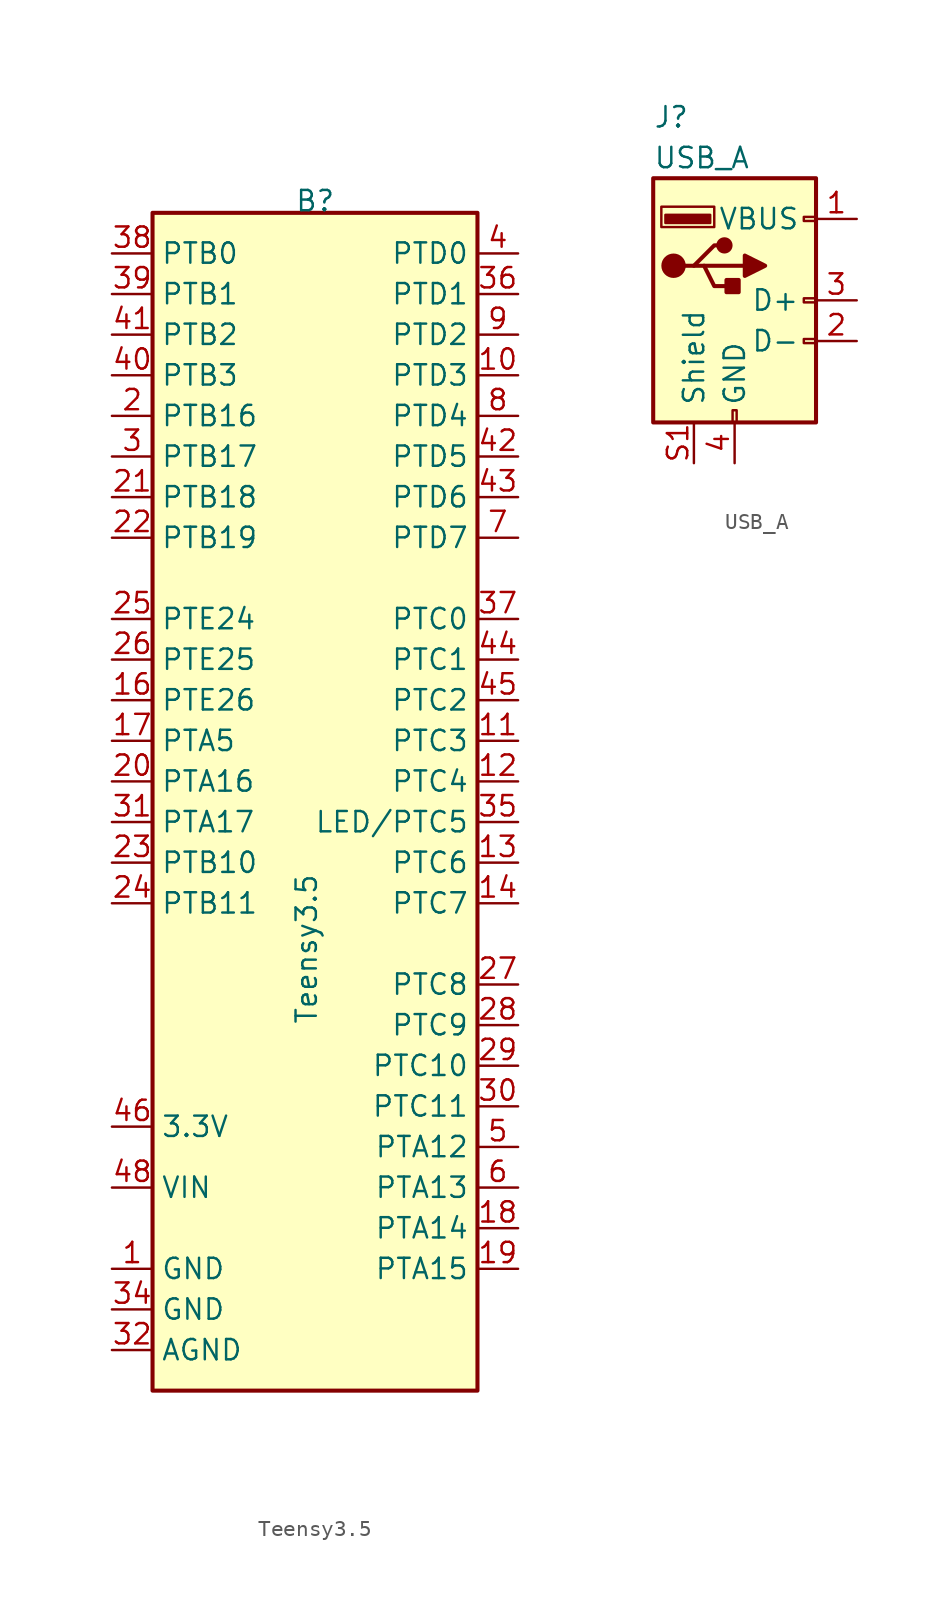
<source format=kicad_sym>
(kicad_symbol_lib
  (version 20231120)
  (generator "kicad_symbol_editor")
  (generator_version "8.0")
  (symbol "Teensy3.5"
    (property "Reference" "B"
      (at -1.27 30.48 0)
      (effects (font (size 1.27 1.27)) (justify left bottom)))
    (property "Value" "Teensy3.5"
      (at -1.27 -20.32 90)
      (effects (font (size 1.27 1.27)) (justify left top)))
    (symbol "Teensy3.5_0_1"
      (rectangle (start -10.16 -43.18) (end 10.16 30.48) (stroke (width 0.254) (type default)) (fill (type background))))
    (symbol "Teensy3.5_1_1"
      (pin power_out line (at -12.7 -35.56 0) (length 2.54) (name "GND" (effects (font (size 1.27 1.27)))) (number "1" (effects (font (size 1.27 1.27)))))
      (pin bidirectional line (at 12.7 20.32 180) (length 2.54) (name "PTD3" (effects (font (size 1.27 1.27)))) (number "10" (effects (font (size 1.27 1.27)))))
      (pin bidirectional line (at 12.7 -2.54 180) (length 2.54) (name "PTC3" (effects (font (size 1.27 1.27)))) (number "11" (effects (font (size 1.27 1.27)))))
      (pin bidirectional line (at 12.7 -5.08 180) (length 2.54) (name "PTC4" (effects (font (size 1.27 1.27)))) (number "12" (effects (font (size 1.27 1.27)))))
      (pin bidirectional line (at 12.7 -10.16 180) (length 2.54) (name "PTC6" (effects (font (size 1.27 1.27)))) (number "13" (effects (font (size 1.27 1.27)))))
      (pin bidirectional line (at 12.7 -12.7 180) (length 2.54) (name "PTC7" (effects (font (size 1.27 1.27)))) (number "14" (effects (font (size 1.27 1.27)))))
      (pin power_out line (at -12.7 -26.67 0) (length 2.54) hide (name "3.3V" (effects (font (size 1.27 1.27)))) (number "15" (effects (font (size 1.27 1.27)))))
      (pin bidirectional line (at -12.7 0 0) (length 2.54) (name "PTE26" (effects (font (size 1.27 1.27)))) (number "16" (effects (font (size 1.27 1.27)))))
      (pin bidirectional line (at -12.7 -2.54 0) (length 2.54) (name "PTA5" (effects (font (size 1.27 1.27)))) (number "17" (effects (font (size 1.27 1.27)))))
      (pin bidirectional line (at 12.7 -33.02 180) (length 2.54) (name "PTA14" (effects (font (size 1.27 1.27)))) (number "18" (effects (font (size 1.27 1.27)))))
      (pin bidirectional line (at 12.7 -35.56 180) (length 2.54) (name "PTA15" (effects (font (size 1.27 1.27)))) (number "19" (effects (font (size 1.27 1.27)))))
      (pin bidirectional line (at -12.7 17.78 0) (length 2.54) (name "PTB16" (effects (font (size 1.27 1.27)))) (number "2" (effects (font (size 1.27 1.27)))))
      (pin bidirectional line (at -12.7 -5.08 0) (length 2.54) (name "PTA16" (effects (font (size 1.27 1.27)))) (number "20" (effects (font (size 1.27 1.27)))))
      (pin bidirectional line (at -12.7 12.7 0) (length 2.54) (name "PTB18" (effects (font (size 1.27 1.27)))) (number "21" (effects (font (size 1.27 1.27)))))
      (pin bidirectional line (at -12.7 10.16 0) (length 2.54) (name "PTB19" (effects (font (size 1.27 1.27)))) (number "22" (effects (font (size 1.27 1.27)))))
      (pin bidirectional line (at -12.7 -10.16 0) (length 2.54) (name "PTB10" (effects (font (size 1.27 1.27)))) (number "23" (effects (font (size 1.27 1.27)))))
      (pin bidirectional line (at -12.7 -12.7 0) (length 2.54) (name "PTB11" (effects (font (size 1.27 1.27)))) (number "24" (effects (font (size 1.27 1.27)))))
      (pin bidirectional line (at -12.7 5.08 0) (length 2.54) (name "PTE24" (effects (font (size 1.27 1.27)))) (number "25" (effects (font (size 1.27 1.27)))))
      (pin bidirectional line (at -12.7 2.54 0) (length 2.54) (name "PTE25" (effects (font (size 1.27 1.27)))) (number "26" (effects (font (size 1.27 1.27)))))
      (pin bidirectional line (at 12.7 -17.78 180) (length 2.54) (name "PTC8" (effects (font (size 1.27 1.27)))) (number "27" (effects (font (size 1.27 1.27)))))
      (pin bidirectional line (at 12.7 -20.32 180) (length 2.54) (name "PTC9" (effects (font (size 1.27 1.27)))) (number "28" (effects (font (size 1.27 1.27)))))
      (pin bidirectional line (at 12.7 -22.86 180) (length 2.54) (name "PTC10" (effects (font (size 1.27 1.27)))) (number "29" (effects (font (size 1.27 1.27)))))
      (pin bidirectional line (at -12.7 15.24 0) (length 2.54) (name "PTB17" (effects (font (size 1.27 1.27)))) (number "3" (effects (font (size 1.27 1.27)))))
      (pin bidirectional line (at 12.7 -25.4 180) (length 2.54) (name "PTC11" (effects (font (size 1.27 1.27)))) (number "30" (effects (font (size 1.27 1.27)))))
      (pin bidirectional line (at -12.7 -7.62 0) (length 2.54) (name "PTA17" (effects (font (size 1.27 1.27)))) (number "31" (effects (font (size 1.27 1.27)))))
      (pin power_in line (at -12.7 -40.64 0) (length 2.54) (name "AGND" (effects (font (size 1.27 1.27)))) (number "32" (effects (font (size 1.27 1.27)))))
      (pin power_in line (at -12.7 -38.1 0) (length 2.54) (name "GND" (effects (font (size 1.27 1.27)))) (number "34" (effects (font (size 1.27 1.27)))))
      (pin bidirectional line (at 12.7 -7.62 180) (length 2.54) (name "LED/PTC5" (effects (font (size 1.27 1.27)))) (number "35" (effects (font (size 1.27 1.27)))))
      (pin bidirectional line (at 12.7 25.4 180) (length 2.54) (name "PTD1" (effects (font (size 1.27 1.27)))) (number "36" (effects (font (size 1.27 1.27)))))
      (pin bidirectional line (at 12.7 5.08 180) (length 2.54) (name "PTC0" (effects (font (size 1.27 1.27)))) (number "37" (effects (font (size 1.27 1.27)))))
      (pin bidirectional line (at -12.7 27.94 0) (length 2.54) (name "PTB0" (effects (font (size 1.27 1.27)))) (number "38" (effects (font (size 1.27 1.27)))))
      (pin bidirectional line (at -12.7 25.4 0) (length 2.54) (name "PTB1" (effects (font (size 1.27 1.27)))) (number "39" (effects (font (size 1.27 1.27)))))
      (pin bidirectional line (at 12.7 27.94 180) (length 2.54) (name "PTD0" (effects (font (size 1.27 1.27)))) (number "4" (effects (font (size 1.27 1.27)))))
      (pin bidirectional line (at -12.7 20.32 0) (length 2.54) (name "PTB3" (effects (font (size 1.27 1.27)))) (number "40" (effects (font (size 1.27 1.27)))))
      (pin bidirectional line (at -12.7 22.86 0) (length 2.54) (name "PTB2" (effects (font (size 1.27 1.27)))) (number "41" (effects (font (size 1.27 1.27)))))
      (pin bidirectional line (at 12.7 15.24 180) (length 2.54) (name "PTD5" (effects (font (size 1.27 1.27)))) (number "42" (effects (font (size 1.27 1.27)))))
      (pin bidirectional line (at 12.7 12.7 180) (length 2.54) (name "PTD6" (effects (font (size 1.27 1.27)))) (number "43" (effects (font (size 1.27 1.27)))))
      (pin bidirectional line (at 12.7 2.54 180) (length 2.54) (name "PTC1" (effects (font (size 1.27 1.27)))) (number "44" (effects (font (size 1.27 1.27)))))
      (pin bidirectional line (at 12.7 0 180) (length 2.54) (name "PTC2" (effects (font (size 1.27 1.27)))) (number "45" (effects (font (size 1.27 1.27)))))
      (pin power_in line (at -12.7 -26.67 0) (length 2.54) (name "3.3V" (effects (font (size 1.27 1.27)))) (number "46" (effects (font (size 1.27 1.27)))))
      (pin power_out line (at -12.7 -30.48 0) (length 2.54) (name "VIN" (effects (font (size 1.27 1.27)))) (number "48" (effects (font (size 1.27 1.27)))))
      (pin bidirectional line (at 12.7 -27.94 180) (length 2.54) (name "PTA12" (effects (font (size 1.27 1.27)))) (number "5" (effects (font (size 1.27 1.27)))))
      (pin bidirectional line (at 12.7 -30.48 180) (length 2.54) (name "PTA13" (effects (font (size 1.27 1.27)))) (number "6" (effects (font (size 1.27 1.27)))))
      (pin bidirectional line (at 12.7 10.16 180) (length 2.54) (name "PTD7" (effects (font (size 1.27 1.27)))) (number "7" (effects (font (size 1.27 1.27)))))
      (pin bidirectional line (at 12.7 17.78 180) (length 2.54) (name "PTD4" (effects (font (size 1.27 1.27)))) (number "8" (effects (font (size 1.27 1.27)))))
      (pin bidirectional line (at 12.7 22.86 180) (length 2.54) (name "PTD2" (effects (font (size 1.27 1.27)))) (number "9" (effects (font (size 1.27 1.27)))))))
  (symbol "USB_A"
    (pin_names
      (offset 1.016))
    (property "Reference" "J"
      (at 0 3.81 0)
      (effects (font (size 1.27 1.27)) (justify left)))
    (property "Value" "USB_A"
      (at 0 1.27 0)
      (effects (font (size 1.27 1.27)) (justify left)))
    (symbol "USB_A_0_1"
      (polyline (pts (xy 1.905 -5.461) (xy 2.54 -5.461) (xy 3.81 -4.191) (xy 4.445 -4.191)) (stroke (width 0.254) (type default)) (fill (type none)))
      (polyline (pts (xy 2.54 -5.461) (xy 3.175 -5.461) (xy 3.81 -6.731) (xy 5.08 -6.731)) (stroke (width 0.254) (type default)) (fill (type none)))
      (polyline (pts (xy 5.715 -4.826) (xy 5.715 -6.096) (xy 6.985 -5.461) (xy 5.715 -4.826)) (stroke (width 0.254) (type default)) (fill (type outline)))
      (rectangle (start 0 0) (end 10.16 -15.24) (stroke (width 0.254) (type default)) (fill (type background)))
      (circle (center 1.27 -5.461) (radius 0.635) (stroke (width 0.254) (type default)) (fill (type outline)))
      (rectangle (start 3.556 -2.794) (end 0.762 -2.286) (stroke (width 0) (type default)) (fill (type outline)))
      (rectangle (start 3.81 -3.048) (end 0.508 -1.778) (stroke (width 0) (type default)) (fill (type none)))
      (circle (center 4.445 -4.191) (radius 0.381) (stroke (width 0.254) (type default)) (fill (type outline)))
      (rectangle (start 4.953 -15.24) (end 5.207 -14.478) (stroke (width 0) (type default)) (fill (type none)))
      (rectangle (start 5.334 -6.35) (end 4.572 -7.112) (stroke (width 0.254) (type default)) (fill (type outline)))
      (rectangle (start 10.16 -10.287) (end 9.398 -10.033) (stroke (width 0) (type default)) (fill (type none)))
      (rectangle (start 10.16 -7.747) (end 9.398 -7.493) (stroke (width 0) (type default)) (fill (type none)))
      (rectangle (start 10.16 -2.667) (end 9.398 -2.413) (stroke (width 0) (type default)) (fill (type none))))
    (symbol "USB_A_1_0"
      (pin passive line (at 2.54 -17.78 90) (length 2.54) hide (name "Shield" (effects (font (size 1.27 1.27)))) (number "S2" (effects (font (size 1.27 1.27))))))
    (symbol "USB_A_1_1"
      (polyline (pts (xy 3.175 -5.461) (xy 5.715 -5.461)) (stroke (width 0.254) (type default)) (fill (type none)))
      (pin power_in line (at 12.7 -2.54 180) (length 2.54) (name "VBUS" (effects (font (size 1.27 1.27)))) (number "1" (effects (font (size 1.27 1.27)))))
      (pin bidirectional line (at 12.7 -10.16 180) (length 2.54) (name "D-" (effects (font (size 1.27 1.27)))) (number "2" (effects (font (size 1.27 1.27)))))
      (pin bidirectional line (at 12.7 -7.62 180) (length 2.54) (name "D+" (effects (font (size 1.27 1.27)))) (number "3" (effects (font (size 1.27 1.27)))))
      (pin power_in line (at 5.08 -17.78 90) (length 2.54) (name "GND" (effects (font (size 1.27 1.27)))) (number "4" (effects (font (size 1.27 1.27)))))
      (pin passive line (at 2.54 -17.78 90) (length 2.54) (name "Shield" (effects (font (size 1.27 1.27)))) (number "S1" (effects (font (size 1.27 1.27))))))))
</source>
